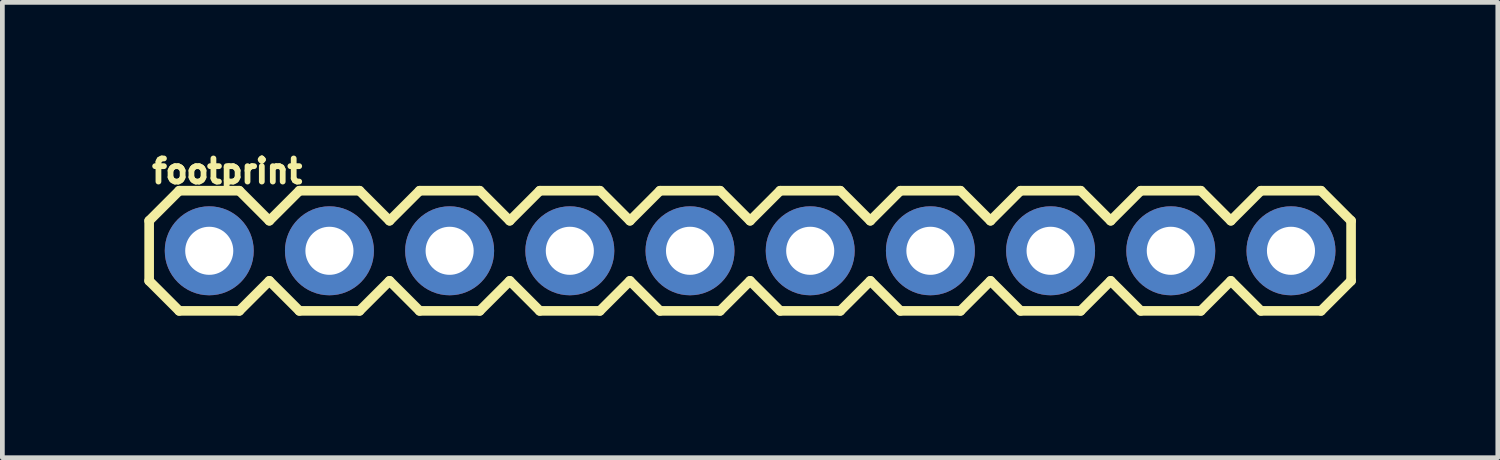
<source format=kicad_pcb>
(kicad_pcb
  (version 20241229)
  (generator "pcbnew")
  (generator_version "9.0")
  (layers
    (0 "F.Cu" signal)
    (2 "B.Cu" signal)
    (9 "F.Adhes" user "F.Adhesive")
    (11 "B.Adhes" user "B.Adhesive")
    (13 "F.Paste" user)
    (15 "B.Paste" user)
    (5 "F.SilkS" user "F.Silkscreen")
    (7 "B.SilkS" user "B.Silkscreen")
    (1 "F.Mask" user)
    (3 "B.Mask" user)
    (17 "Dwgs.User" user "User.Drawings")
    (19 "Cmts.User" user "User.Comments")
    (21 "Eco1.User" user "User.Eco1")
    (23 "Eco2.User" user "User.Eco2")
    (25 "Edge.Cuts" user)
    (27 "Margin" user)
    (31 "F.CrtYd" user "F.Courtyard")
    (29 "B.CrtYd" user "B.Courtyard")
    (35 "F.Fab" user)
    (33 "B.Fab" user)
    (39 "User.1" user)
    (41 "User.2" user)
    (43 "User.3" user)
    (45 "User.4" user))
  (footprint "footprint"
    (layer "F.Cu")
    (at 1.372 2.25)
    (property "Reference" "footprint" (at -1.27 -1.397 0) (layer "F.SilkS") (effects (font (size 0.488 0.488) (thickness 0.122)) (justify left bottom)))
    (fp_line (start -1.27 -0.635) (end -1.27 0.635) (stroke (width 0.203) (type solid)) (layer "F.SilkS"))
    (fp_line (start -1.27 0.635) (end -0.635 1.27) (stroke (width 0.203) (type solid)) (layer "F.SilkS"))
    (fp_line (start -0.635 -1.27) (end -1.27 -0.635) (stroke (width 0.203) (type solid)) (layer "F.SilkS"))
    (fp_line (start -0.635 -1.27) (end 0.635 -1.27) (stroke (width 0.203) (type solid)) (layer "F.SilkS"))
    (fp_line (start 0.635 -1.27) (end 1.27 -0.635) (stroke (width 0.203) (type solid)) (layer "F.SilkS"))
    (fp_line (start 0.635 1.27) (end -0.635 1.27) (stroke (width 0.203) (type solid)) (layer "F.SilkS"))
    (fp_line (start 1.27 -0.635) (end 1.905 -1.27) (stroke (width 0.203) (type solid)) (layer "F.SilkS"))
    (fp_line (start 1.27 0.635) (end 0.635 1.27) (stroke (width 0.203) (type solid)) (layer "F.SilkS"))
    (fp_line (start 1.905 -1.27) (end 3.175 -1.27) (stroke (width 0.203) (type solid)) (layer "F.SilkS"))
    (fp_line (start 1.905 1.27) (end 1.27 0.635) (stroke (width 0.203) (type solid)) (layer "F.SilkS"))
    (fp_line (start 3.175 -1.27) (end 3.81 -0.635) (stroke (width 0.203) (type solid)) (layer "F.SilkS"))
    (fp_line (start 3.175 1.27) (end 1.905 1.27) (stroke (width 0.203) (type solid)) (layer "F.SilkS"))
    (fp_line (start 3.81 -0.635) (end 4.445 -1.27) (stroke (width 0.203) (type solid)) (layer "F.SilkS"))
    (fp_line (start 3.81 0.635) (end 3.175 1.27) (stroke (width 0.203) (type solid)) (layer "F.SilkS"))
    (fp_line (start 4.445 -1.27) (end 5.715 -1.27) (stroke (width 0.203) (type solid)) (layer "F.SilkS"))
    (fp_line (start 4.445 1.27) (end 3.81 0.635) (stroke (width 0.203) (type solid)) (layer "F.SilkS"))
    (fp_line (start 5.715 -1.27) (end 6.35 -0.635) (stroke (width 0.203) (type solid)) (layer "F.SilkS"))
    (fp_line (start 5.715 1.27) (end 4.445 1.27) (stroke (width 0.203) (type solid)) (layer "F.SilkS"))
    (fp_line (start 6.35 0.635) (end 5.715 1.27) (stroke (width 0.203) (type solid)) (layer "F.SilkS"))
    (fp_line (start 6.35 0.635) (end 6.985 1.27) (stroke (width 0.203) (type solid)) (layer "F.SilkS"))
    (fp_line (start 6.985 -1.27) (end 6.35 -0.635) (stroke (width 0.203) (type solid)) (layer "F.SilkS"))
    (fp_line (start 6.985 -1.27) (end 8.255 -1.27) (stroke (width 0.203) (type solid)) (layer "F.SilkS"))
    (fp_line (start 8.255 -1.27) (end 8.89 -0.635) (stroke (width 0.203) (type solid)) (layer "F.SilkS"))
    (fp_line (start 8.255 1.27) (end 6.985 1.27) (stroke (width 0.203) (type solid)) (layer "F.SilkS"))
    (fp_line (start 8.89 -0.635) (end 9.525 -1.27) (stroke (width 0.203) (type solid)) (layer "F.SilkS"))
    (fp_line (start 8.89 0.635) (end 8.255 1.27) (stroke (width 0.203) (type solid)) (layer "F.SilkS"))
    (fp_line (start 9.525 -1.27) (end 10.795 -1.27) (stroke (width 0.203) (type solid)) (layer "F.SilkS"))
    (fp_line (start 9.525 1.27) (end 8.89 0.635) (stroke (width 0.203) (type solid)) (layer "F.SilkS"))
    (fp_line (start 10.795 -1.27) (end 11.43 -0.635) (stroke (width 0.203) (type solid)) (layer "F.SilkS"))
    (fp_line (start 10.795 1.27) (end 9.525 1.27) (stroke (width 0.203) (type solid)) (layer "F.SilkS"))
    (fp_line (start 11.43 -0.635) (end 12.065 -1.27) (stroke (width 0.203) (type solid)) (layer "F.SilkS"))
    (fp_line (start 11.43 0.635) (end 10.795 1.27) (stroke (width 0.203) (type solid)) (layer "F.SilkS"))
    (fp_line (start 12.065 -1.27) (end 13.335 -1.27) (stroke (width 0.203) (type solid)) (layer "F.SilkS"))
    (fp_line (start 12.065 1.27) (end 11.43 0.635) (stroke (width 0.203) (type solid)) (layer "F.SilkS"))
    (fp_line (start 13.335 -1.27) (end 13.97 -0.635) (stroke (width 0.203) (type solid)) (layer "F.SilkS"))
    (fp_line (start 13.335 1.27) (end 12.065 1.27) (stroke (width 0.203) (type solid)) (layer "F.SilkS"))
    (fp_line (start 13.97 0.635) (end 13.335 1.27) (stroke (width 0.203) (type solid)) (layer "F.SilkS"))
    (fp_line (start 13.97 0.635) (end 14.605 1.27) (stroke (width 0.203) (type solid)) (layer "F.SilkS"))
    (fp_line (start 14.605 -1.27) (end 13.97 -0.635) (stroke (width 0.203) (type solid)) (layer "F.SilkS"))
    (fp_line (start 14.605 -1.27) (end 15.875 -1.27) (stroke (width 0.203) (type solid)) (layer "F.SilkS"))
    (fp_line (start 15.875 -1.27) (end 16.51 -0.635) (stroke (width 0.203) (type solid)) (layer "F.SilkS"))
    (fp_line (start 15.875 1.27) (end 14.605 1.27) (stroke (width 0.203) (type solid)) (layer "F.SilkS"))
    (fp_line (start 16.51 0.635) (end 15.875 1.27) (stroke (width 0.203) (type solid)) (layer "F.SilkS"))
    (fp_line (start 16.51 0.635) (end 17.145 1.27) (stroke (width 0.203) (type solid)) (layer "F.SilkS"))
    (fp_line (start 17.145 -1.27) (end 16.51 -0.635) (stroke (width 0.203) (type solid)) (layer "F.SilkS"))
    (fp_line (start 17.145 -1.27) (end 18.415 -1.27) (stroke (width 0.203) (type solid)) (layer "F.SilkS"))
    (fp_line (start 18.415 -1.27) (end 19.05 -0.635) (stroke (width 0.203) (type solid)) (layer "F.SilkS"))
    (fp_line (start 18.415 1.27) (end 17.145 1.27) (stroke (width 0.203) (type solid)) (layer "F.SilkS"))
    (fp_line (start 19.05 0.635) (end 18.415 1.27) (stroke (width 0.203) (type solid)) (layer "F.SilkS"))
    (fp_line (start 19.05 0.635) (end 19.685 1.27) (stroke (width 0.203) (type solid)) (layer "F.SilkS"))
    (fp_line (start 19.685 -1.27) (end 19.05 -0.635) (stroke (width 0.203) (type solid)) (layer "F.SilkS"))
    (fp_line (start 19.685 -1.27) (end 20.955 -1.27) (stroke (width 0.203) (type solid)) (layer "F.SilkS"))
    (fp_line (start 20.955 -1.27) (end 21.59 -0.635) (stroke (width 0.203) (type solid)) (layer "F.SilkS"))
    (fp_line (start 20.955 1.27) (end 19.685 1.27) (stroke (width 0.203) (type solid)) (layer "F.SilkS"))
    (fp_line (start 21.59 0.635) (end 20.955 1.27) (stroke (width 0.203) (type solid)) (layer "F.SilkS"))
    (fp_line (start 21.59 0.635) (end 22.225 1.27) (stroke (width 0.203) (type solid)) (layer "F.SilkS"))
    (fp_line (start 22.225 -1.27) (end 21.59 -0.635) (stroke (width 0.203) (type solid)) (layer "F.SilkS"))
    (fp_line (start 22.225 -1.27) (end 23.495 -1.27) (stroke (width 0.203) (type solid)) (layer "F.SilkS"))
    (fp_line (start 23.495 -1.27) (end 24.13 -0.635) (stroke (width 0.203) (type solid)) (layer "F.SilkS"))
    (fp_line (start 23.495 1.27) (end 22.225 1.27) (stroke (width 0.203) (type solid)) (layer "F.SilkS"))
    (fp_line (start 24.13 -0.635) (end 24.13 0.635) (stroke (width 0.203) (type solid)) (layer "F.SilkS"))
    (fp_line (start 24.13 0.635) (end 23.495 1.27) (stroke (width 0.203) (type solid)) (layer "F.SilkS"))
    (fp_poly (pts (xy -0.254 0.254) (xy 0.254 0.254) (xy 0.254 -0.254) (xy -0.254 -0.254)) (stroke (width 0.1) (type solid)) (fill no) (layer "F.Fab"))
    (fp_poly (pts (xy 2.286 0.254) (xy 2.794 0.254) (xy 2.794 -0.254) (xy 2.286 -0.254)) (stroke (width 0.1) (type solid)) (fill no) (layer "F.Fab"))
    (fp_poly (pts (xy 4.826 0.254) (xy 5.334 0.254) (xy 5.334 -0.254) (xy 4.826 -0.254)) (stroke (width 0.1) (type solid)) (fill no) (layer "F.Fab"))
    (fp_poly (pts (xy 7.366 0.254) (xy 7.874 0.254) (xy 7.874 -0.254) (xy 7.366 -0.254)) (stroke (width 0.1) (type solid)) (fill no) (layer "F.Fab"))
    (fp_poly (pts (xy 9.906 0.254) (xy 10.414 0.254) (xy 10.414 -0.254) (xy 9.906 -0.254)) (stroke (width 0.1) (type solid)) (fill no) (layer "F.Fab"))
    (fp_poly (pts (xy 12.446 0.254) (xy 12.954 0.254) (xy 12.954 -0.254) (xy 12.446 -0.254)) (stroke (width 0.1) (type solid)) (fill no) (layer "F.Fab"))
    (fp_poly (pts (xy 14.986 0.254) (xy 15.494 0.254) (xy 15.494 -0.254) (xy 14.986 -0.254)) (stroke (width 0.1) (type solid)) (fill no) (layer "F.Fab"))
    (fp_poly (pts (xy 17.526 0.254) (xy 18.034 0.254) (xy 18.034 -0.254) (xy 17.526 -0.254)) (stroke (width 0.1) (type solid)) (fill no) (layer "F.Fab"))
    (fp_poly (pts (xy 20.066 0.254) (xy 20.574 0.254) (xy 20.574 -0.254) (xy 20.066 -0.254)) (stroke (width 0.1) (type solid)) (fill no) (layer "F.Fab"))
    (fp_poly (pts (xy 22.606 0.254) (xy 23.114 0.254) (xy 23.114 -0.254) (xy 22.606 -0.254)) (stroke (width 0.1) (type solid)) (fill no) (layer "F.Fab"))
    (pad "1" thru_hole circle (at 0 0 90) (size 1.88 1.88) (drill 1.016) (layers "*.Cu" "*.Mask"))
    (pad "2" thru_hole circle (at 2.54 0 90) (size 1.88 1.88) (drill 1.016) (layers "*.Cu" "*.Mask"))
    (pad "3" thru_hole circle (at 5.08 0 90) (size 1.88 1.88) (drill 1.016) (layers "*.Cu" "*.Mask"))
    (pad "4" thru_hole circle (at 7.62 0 90) (size 1.88 1.88) (drill 1.016) (layers "*.Cu" "*.Mask"))
    (pad "5" thru_hole circle (at 10.16 0 90) (size 1.88 1.88) (drill 1.016) (layers "*.Cu" "*.Mask"))
    (pad "6" thru_hole circle (at 12.7 0 90) (size 1.88 1.88) (drill 1.016) (layers "*.Cu" "*.Mask"))
    (pad "7" thru_hole circle (at 15.24 0 90) (size 1.88 1.88) (drill 1.016) (layers "*.Cu" "*.Mask"))
    (pad "8" thru_hole circle (at 17.78 0 90) (size 1.88 1.88) (drill 1.016) (layers "*.Cu" "*.Mask"))
    (pad "9" thru_hole circle (at 20.32 0 90) (size 1.88 1.88) (drill 1.016) (layers "*.Cu" "*.Mask"))
    (pad "10" thru_hole circle (at 22.86 0 90) (size 1.88 1.88) (drill 1.016) (layers "*.Cu" "*.Mask")))
  (gr_rect
    (start -3 -3)
    (end 28.603 6.622)
    (stroke (width 0.1) (type default))
    (fill no)
    (layer "Edge.Cuts")))
</source>
